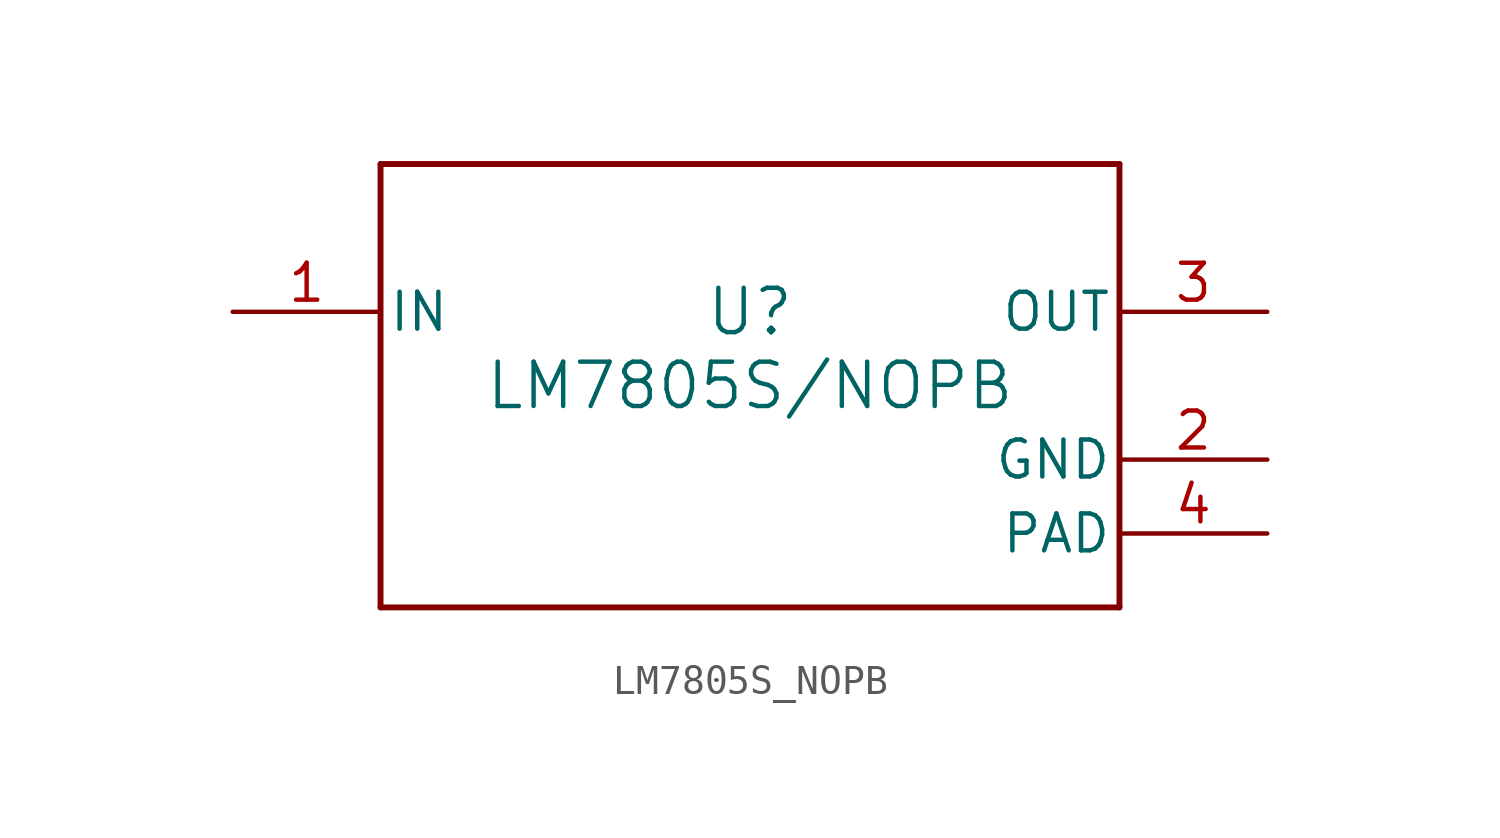
<source format=kicad_sym>
(kicad_symbol_lib
  (version 20211014)
  (generator kicad_symbol_editor)
  (symbol "LM7805S_NOPB"
    (pin_names
      (offset 0.254))
    (property "Reference" "U"
      (at 0 2.54 0)
      (effects (font (size 1.524 1.524))))
    (property "Value" "LM7805S/NOPB"
      (at 0 0 0)
      (effects (font (size 1.524 1.524))))
    (symbol "LM7805S_NOPB_0_1"
      (polyline (pts (xy -12.7 -7.62) (xy 12.7 -7.62)) (stroke (width 0.203) (type default) (color 0 0 0 0)) (fill (type none)))
      (polyline (pts (xy 12.7 -7.62) (xy 12.7 7.62)) (stroke (width 0.203) (type default) (color 0 0 0 0)) (fill (type none)))
      (polyline (pts (xy 12.7 7.62) (xy -12.7 7.62)) (stroke (width 0.203) (type default) (color 0 0 0 0)) (fill (type none)))
      (polyline (pts (xy -12.7 7.62) (xy -12.7 -7.62)) (stroke (width 0.203) (type default) (color 0 0 0 0)) (fill (type none)))
      (pin power_in line (at -17.78 2.54 0) (length 5.08) (name "IN" (effects (font (size 1.27 1.27)))) (number "1" (effects (font (size 1.27 1.27)))))
      (pin power_in line (at 17.78 -2.54 180) (length 5.08) (name "GND" (effects (font (size 1.27 1.27)))) (number "2" (effects (font (size 1.27 1.27)))))
      (pin power_in line (at 17.78 2.54 180) (length 5.08) (name "OUT" (effects (font (size 1.27 1.27)))) (number "3" (effects (font (size 1.27 1.27)))))
      (pin unspecified line (at 17.78 -5.08 180) (length 5.08) (name "PAD" (effects (font (size 1.27 1.27)))) (number "4" (effects (font (size 1.27 1.27))))))))
</source>
